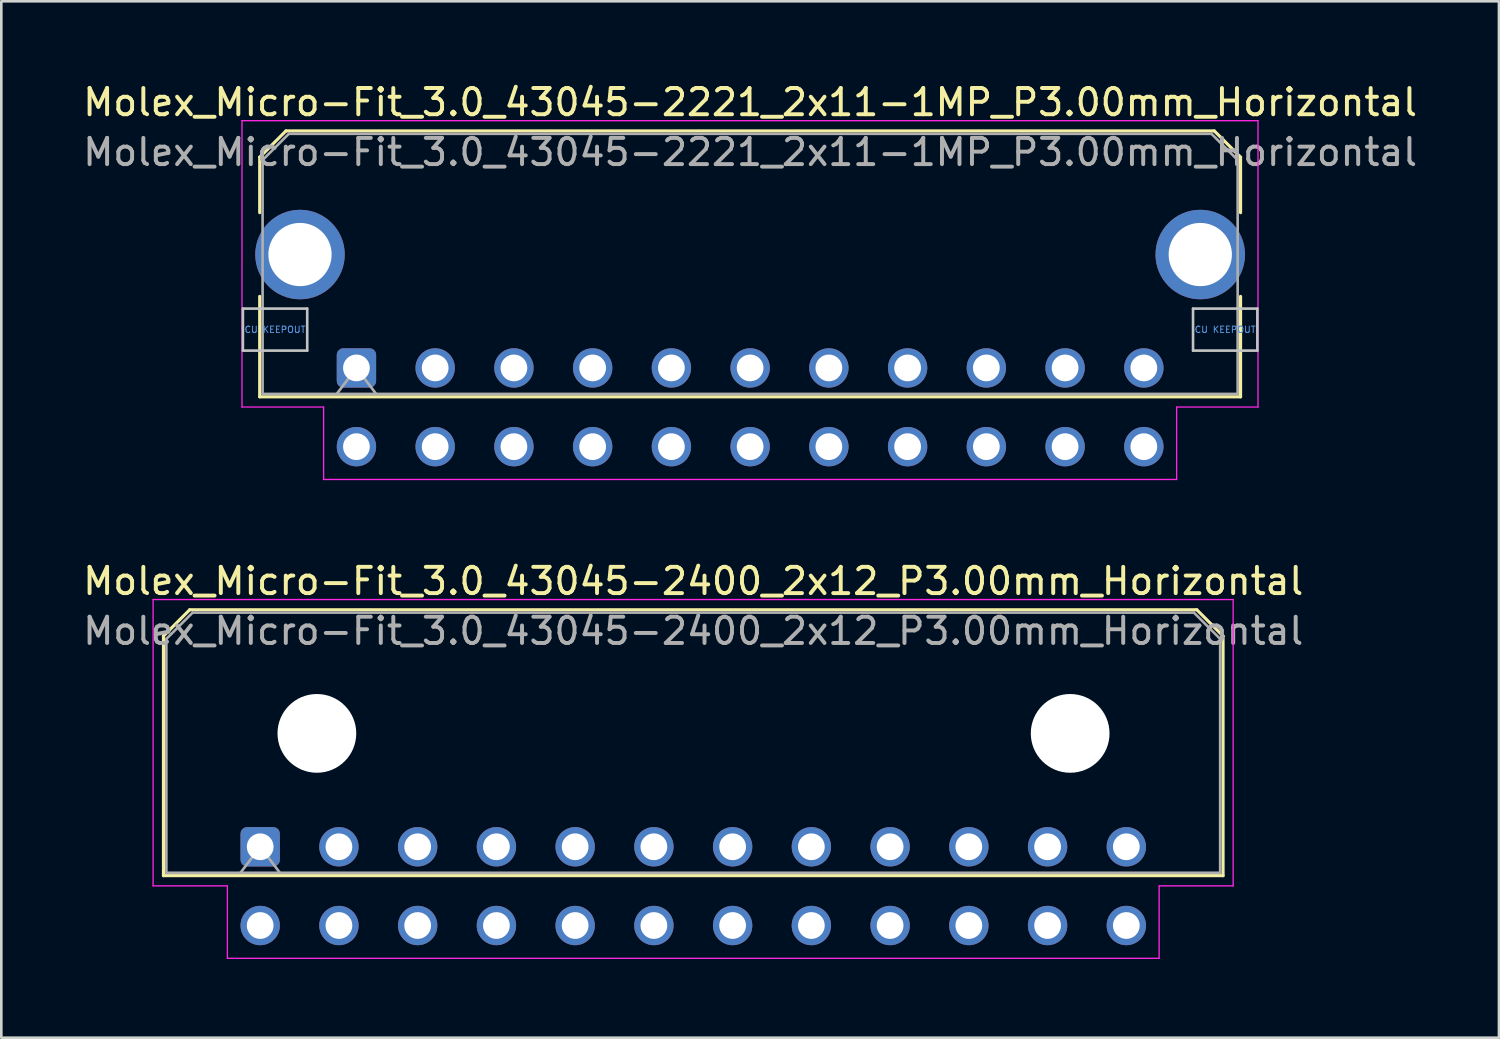
<source format=kicad_pcb>
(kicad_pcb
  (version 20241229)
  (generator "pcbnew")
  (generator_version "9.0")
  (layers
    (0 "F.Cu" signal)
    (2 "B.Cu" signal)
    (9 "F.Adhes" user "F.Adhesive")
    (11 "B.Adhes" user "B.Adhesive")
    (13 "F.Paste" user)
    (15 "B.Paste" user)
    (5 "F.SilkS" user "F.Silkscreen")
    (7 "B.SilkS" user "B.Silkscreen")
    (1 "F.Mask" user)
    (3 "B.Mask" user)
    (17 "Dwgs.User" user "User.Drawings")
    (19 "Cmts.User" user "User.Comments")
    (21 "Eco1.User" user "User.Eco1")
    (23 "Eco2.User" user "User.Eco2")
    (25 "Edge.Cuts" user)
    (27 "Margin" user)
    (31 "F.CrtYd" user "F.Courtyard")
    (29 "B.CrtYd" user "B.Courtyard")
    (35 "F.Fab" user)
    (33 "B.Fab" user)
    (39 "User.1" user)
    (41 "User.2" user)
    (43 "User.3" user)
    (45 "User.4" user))
  (footprint "Molex_Micro-Fit_3.0_43045-2400_2x12_P3.00mm_Horizontal"
    (layer "F.Cu")
    (at 6.863 29.212)
    (property "Reference" "Molex_Micro-Fit_3.0_43045-2400_2x12_P3.00mm_Horizontal" (at 16.5 -10.12 0) (layer "F.SilkS") (effects (font (size 1 1) (thickness 0.15))))
    (attr through_hole)
    (fp_line (start -3.685 -8.03) (end -2.685 -9.03) (stroke (width 0.12) (type solid)) (layer "F.SilkS"))
    (fp_line (start -3.685 1.1) (end -3.685 -8.03) (stroke (width 0.12) (type solid)) (layer "F.SilkS"))
    (fp_line (start -2.685 -9.03) (end 35.685 -9.03) (stroke (width 0.12) (type solid)) (layer "F.SilkS"))
    (fp_line (start 35.685 -9.03) (end 36.685 -8.03) (stroke (width 0.12) (type solid)) (layer "F.SilkS"))
    (fp_line (start 36.685 -8.03) (end 36.685 1.1) (stroke (width 0.12) (type solid)) (layer "F.SilkS"))
    (fp_line (start 36.685 1.1) (end -3.685 1.1) (stroke (width 0.12) (type solid)) (layer "F.SilkS"))
    (fp_line (start -4.08 -9.42) (end 37.07 -9.42) (stroke (width 0.05) (type solid)) (layer "F.CrtYd"))
    (fp_line (start -4.08 1.49) (end -4.08 -9.42) (stroke (width 0.05) (type solid)) (layer "F.CrtYd"))
    (fp_line (start -1.25 1.49) (end -4.08 1.49) (stroke (width 0.05) (type solid)) (layer "F.CrtYd"))
    (fp_line (start -1.25 4.25) (end -1.25 1.49) (stroke (width 0.05) (type solid)) (layer "F.CrtYd"))
    (fp_line (start 34.25 1.49) (end 34.25 4.25) (stroke (width 0.05) (type solid)) (layer "F.CrtYd"))
    (fp_line (start 34.25 4.25) (end -1.25 4.25) (stroke (width 0.05) (type solid)) (layer "F.CrtYd"))
    (fp_line (start 37.07 -9.42) (end 37.07 1.49) (stroke (width 0.05) (type solid)) (layer "F.CrtYd"))
    (fp_line (start 37.07 1.49) (end 34.25 1.49) (stroke (width 0.05) (type solid)) (layer "F.CrtYd"))
    (fp_line (start -3.575 -7.92) (end -2.575 -8.92) (stroke (width 0.1) (type solid)) (layer "F.Fab"))
    (fp_line (start -3.575 0.99) (end -3.575 -7.92) (stroke (width 0.1) (type solid)) (layer "F.Fab"))
    (fp_line (start -2.575 -8.92) (end 35.575 -8.92) (stroke (width 0.1) (type solid)) (layer "F.Fab"))
    (fp_line (start -0.75 0.99) (end 0 0) (stroke (width 0.1) (type solid)) (layer "F.Fab"))
    (fp_line (start 0 0) (end 0.75 0.99) (stroke (width 0.1) (type solid)) (layer "F.Fab"))
    (fp_line (start 35.575 -8.92) (end 36.575 -7.92) (stroke (width 0.1) (type solid)) (layer "F.Fab"))
    (fp_line (start 36.575 -7.92) (end 36.575 0.99) (stroke (width 0.1) (type solid)) (layer "F.Fab"))
    (fp_line (start 36.575 0.99) (end -3.575 0.99) (stroke (width 0.1) (type solid)) (layer "F.Fab"))
    (fp_text user "${REFERENCE}" (at 16.5 -8.22 0) (layer "F.Fab") (effects (font (size 1 1) (thickness 0.15))))
    (pad "" np_thru_hole circle (at 2.16 -4.32) (size 3 3) (drill 3) (layers "*.Cu" "*.Mask"))
    (pad "" np_thru_hole circle (at 30.86 -4.32) (size 3 3) (drill 3) (layers "*.Cu" "*.Mask"))
    (pad "1" thru_hole roundrect (at 0 0) (size 1.5 1.5) (drill 1.02) (layers "*.Cu" "*.Mask") (roundrect_rratio 0.167))
    (pad "2" thru_hole circle (at 3 0) (size 1.5 1.5) (drill 1.02) (layers "*.Cu" "*.Mask"))
    (pad "3" thru_hole circle (at 6 0) (size 1.5 1.5) (drill 1.02) (layers "*.Cu" "*.Mask"))
    (pad "4" thru_hole circle (at 9 0) (size 1.5 1.5) (drill 1.02) (layers "*.Cu" "*.Mask"))
    (pad "5" thru_hole circle (at 12 0) (size 1.5 1.5) (drill 1.02) (layers "*.Cu" "*.Mask"))
    (pad "6" thru_hole circle (at 15 0) (size 1.5 1.5) (drill 1.02) (layers "*.Cu" "*.Mask"))
    (pad "7" thru_hole circle (at 18 0) (size 1.5 1.5) (drill 1.02) (layers "*.Cu" "*.Mask"))
    (pad "8" thru_hole circle (at 21 0) (size 1.5 1.5) (drill 1.02) (layers "*.Cu" "*.Mask"))
    (pad "9" thru_hole circle (at 24 0) (size 1.5 1.5) (drill 1.02) (layers "*.Cu" "*.Mask"))
    (pad "10" thru_hole circle (at 27 0) (size 1.5 1.5) (drill 1.02) (layers "*.Cu" "*.Mask"))
    (pad "11" thru_hole circle (at 30 0) (size 1.5 1.5) (drill 1.02) (layers "*.Cu" "*.Mask"))
    (pad "12" thru_hole circle (at 33 0) (size 1.5 1.5) (drill 1.02) (layers "*.Cu" "*.Mask"))
    (pad "13" thru_hole circle (at 0 3) (size 1.5 1.5) (drill 1.02) (layers "*.Cu" "*.Mask"))
    (pad "14" thru_hole circle (at 3 3) (size 1.5 1.5) (drill 1.02) (layers "*.Cu" "*.Mask"))
    (pad "15" thru_hole circle (at 6 3) (size 1.5 1.5) (drill 1.02) (layers "*.Cu" "*.Mask"))
    (pad "16" thru_hole circle (at 9 3) (size 1.5 1.5) (drill 1.02) (layers "*.Cu" "*.Mask"))
    (pad "17" thru_hole circle (at 12 3) (size 1.5 1.5) (drill 1.02) (layers "*.Cu" "*.Mask"))
    (pad "18" thru_hole circle (at 15 3) (size 1.5 1.5) (drill 1.02) (layers "*.Cu" "*.Mask"))
    (pad "19" thru_hole circle (at 18 3) (size 1.5 1.5) (drill 1.02) (layers "*.Cu" "*.Mask"))
    (pad "20" thru_hole circle (at 21 3) (size 1.5 1.5) (drill 1.02) (layers "*.Cu" "*.Mask"))
    (pad "21" thru_hole circle (at 24 3) (size 1.5 1.5) (drill 1.02) (layers "*.Cu" "*.Mask"))
    (pad "22" thru_hole circle (at 27 3) (size 1.5 1.5) (drill 1.02) (layers "*.Cu" "*.Mask"))
    (pad "23" thru_hole circle (at 30 3) (size 1.5 1.5) (drill 1.02) (layers "*.Cu" "*.Mask"))
    (pad "24" thru_hole circle (at 33 3) (size 1.5 1.5) (drill 1.02) (layers "*.Cu" "*.Mask")))
  (footprint "Molex_Micro-Fit_3.0_43045-2221_2x11-1MP_P3.00mm_Horizontal"
    (layer "F.Cu")
    (at 10.53 10.968)
    (property "Reference" "Molex_Micro-Fit_3.0_43045-2221_2x11-1MP_P3.00mm_Horizontal" (at 15 -10.12 0) (layer "F.SilkS") (effects (font (size 1 1) (thickness 0.15))))
    (attr through_hole)
    (fp_line (start -3.685 -8.03) (end -2.685 -9.03) (stroke (width 0.12) (type solid)) (layer "F.SilkS"))
    (fp_line (start -3.685 -5.915) (end -3.685 -8.03) (stroke (width 0.12) (type solid)) (layer "F.SilkS"))
    (fp_line (start -3.685 -2.725) (end -3.685 1.1) (stroke (width 0.12) (type solid)) (layer "F.SilkS"))
    (fp_line (start -3.685 1.1) (end 33.685 1.1) (stroke (width 0.12) (type solid)) (layer "F.SilkS"))
    (fp_line (start -2.685 -9.03) (end 32.685 -9.03) (stroke (width 0.12) (type solid)) (layer "F.SilkS"))
    (fp_line (start 32.685 -9.03) (end 33.685 -8.03) (stroke (width 0.12) (type solid)) (layer "F.SilkS"))
    (fp_line (start 33.685 -8.03) (end 33.685 -5.915) (stroke (width 0.12) (type solid)) (layer "F.SilkS"))
    (fp_line (start 33.685 1.1) (end 33.685 -2.725) (stroke (width 0.12) (type solid)) (layer "F.SilkS"))
    (fp_line (start -4.325 -2.26) (end -4.325 -0.66) (stroke (width 0.1) (type solid)) (layer "Dwgs.User"))
    (fp_line (start -4.325 -0.66) (end -1.875 -0.66) (stroke (width 0.1) (type solid)) (layer "Dwgs.User"))
    (fp_line (start -1.875 -2.26) (end -4.325 -2.26) (stroke (width 0.1) (type solid)) (layer "Dwgs.User"))
    (fp_line (start -1.875 -0.66) (end -1.875 -2.26) (stroke (width 0.1) (type solid)) (layer "Dwgs.User"))
    (fp_line (start 31.875 -2.26) (end 31.875 -0.66) (stroke (width 0.1) (type solid)) (layer "Dwgs.User"))
    (fp_line (start 31.875 -0.66) (end 34.325 -0.66) (stroke (width 0.1) (type solid)) (layer "Dwgs.User"))
    (fp_line (start 34.325 -2.26) (end 31.875 -2.26) (stroke (width 0.1) (type solid)) (layer "Dwgs.User"))
    (fp_line (start 34.325 -0.66) (end 34.325 -2.26) (stroke (width 0.1) (type solid)) (layer "Dwgs.User"))
    (fp_line (start -4.36 -9.42) (end 34.35 -9.42) (stroke (width 0.05) (type solid)) (layer "F.CrtYd"))
    (fp_line (start -4.36 1.49) (end -4.36 -9.42) (stroke (width 0.05) (type solid)) (layer "F.CrtYd"))
    (fp_line (start -1.25 1.49) (end -4.36 1.49) (stroke (width 0.05) (type solid)) (layer "F.CrtYd"))
    (fp_line (start -1.25 4.25) (end -1.25 1.49) (stroke (width 0.05) (type solid)) (layer "F.CrtYd"))
    (fp_line (start 31.25 1.49) (end 31.25 4.25) (stroke (width 0.05) (type solid)) (layer "F.CrtYd"))
    (fp_line (start 31.25 4.25) (end -1.25 4.25) (stroke (width 0.05) (type solid)) (layer "F.CrtYd"))
    (fp_line (start 34.35 -9.42) (end 34.35 1.49) (stroke (width 0.05) (type solid)) (layer "F.CrtYd"))
    (fp_line (start 34.35 1.49) (end 31.25 1.49) (stroke (width 0.05) (type solid)) (layer "F.CrtYd"))
    (fp_line (start -3.575 -7.92) (end -2.575 -8.92) (stroke (width 0.1) (type solid)) (layer "F.Fab"))
    (fp_line (start -3.575 0.99) (end -3.575 -7.92) (stroke (width 0.1) (type solid)) (layer "F.Fab"))
    (fp_line (start -2.575 -8.92) (end 32.575 -8.92) (stroke (width 0.1) (type solid)) (layer "F.Fab"))
    (fp_line (start -0.75 0.99) (end 0 0) (stroke (width 0.1) (type solid)) (layer "F.Fab"))
    (fp_line (start 0 0) (end 0.75 0.99) (stroke (width 0.1) (type solid)) (layer "F.Fab"))
    (fp_line (start 32.575 -8.92) (end 33.575 -7.92) (stroke (width 0.1) (type solid)) (layer "F.Fab"))
    (fp_line (start 33.575 -7.92) (end 33.575 0.99) (stroke (width 0.1) (type solid)) (layer "F.Fab"))
    (fp_line (start 33.575 0.99) (end -3.575 0.99) (stroke (width 0.1) (type solid)) (layer "F.Fab"))
    (fp_text user "CU KEEPOUT" (at 33.1 -1.46 0) (layer "Cmts.User") (effects (font (size 0.245 0.245) (thickness 0.037))))
    (fp_text user "CU KEEPOUT" (at -3.1 -1.46 0) (layer "Cmts.User") (effects (font (size 0.245 0.245) (thickness 0.037))))
    (fp_text user "${REFERENCE}" (at 15 -8.22 0) (layer "F.Fab") (effects (font (size 1 1) (thickness 0.15))))
    (pad "1" thru_hole roundrect (at 0 0) (size 1.5 1.5) (drill 1.02) (layers "*.Cu" "*.Mask") (roundrect_rratio 0.167))
    (pad "2" thru_hole circle (at 3 0) (size 1.5 1.5) (drill 1.02) (layers "*.Cu" "*.Mask"))
    (pad "3" thru_hole circle (at 6 0) (size 1.5 1.5) (drill 1.02) (layers "*.Cu" "*.Mask"))
    (pad "4" thru_hole circle (at 9 0) (size 1.5 1.5) (drill 1.02) (layers "*.Cu" "*.Mask"))
    (pad "5" thru_hole circle (at 12 0) (size 1.5 1.5) (drill 1.02) (layers "*.Cu" "*.Mask"))
    (pad "6" thru_hole circle (at 15 0) (size 1.5 1.5) (drill 1.02) (layers "*.Cu" "*.Mask"))
    (pad "7" thru_hole circle (at 18 0) (size 1.5 1.5) (drill 1.02) (layers "*.Cu" "*.Mask"))
    (pad "8" thru_hole circle (at 21 0) (size 1.5 1.5) (drill 1.02) (layers "*.Cu" "*.Mask"))
    (pad "9" thru_hole circle (at 24 0) (size 1.5 1.5) (drill 1.02) (layers "*.Cu" "*.Mask"))
    (pad "10" thru_hole circle (at 27 0) (size 1.5 1.5) (drill 1.02) (layers "*.Cu" "*.Mask"))
    (pad "11" thru_hole circle (at 30 0) (size 1.5 1.5) (drill 1.02) (layers "*.Cu" "*.Mask"))
    (pad "12" thru_hole circle (at 0 3) (size 1.5 1.5) (drill 1.02) (layers "*.Cu" "*.Mask"))
    (pad "13" thru_hole circle (at 3 3) (size 1.5 1.5) (drill 1.02) (layers "*.Cu" "*.Mask"))
    (pad "14" thru_hole circle (at 6 3) (size 1.5 1.5) (drill 1.02) (layers "*.Cu" "*.Mask"))
    (pad "15" thru_hole circle (at 9 3) (size 1.5 1.5) (drill 1.02) (layers "*.Cu" "*.Mask"))
    (pad "16" thru_hole circle (at 12 3) (size 1.5 1.5) (drill 1.02) (layers "*.Cu" "*.Mask"))
    (pad "17" thru_hole circle (at 15 3) (size 1.5 1.5) (drill 1.02) (layers "*.Cu" "*.Mask"))
    (pad "18" thru_hole circle (at 18 3) (size 1.5 1.5) (drill 1.02) (layers "*.Cu" "*.Mask"))
    (pad "19" thru_hole circle (at 21 3) (size 1.5 1.5) (drill 1.02) (layers "*.Cu" "*.Mask"))
    (pad "20" thru_hole circle (at 24 3) (size 1.5 1.5) (drill 1.02) (layers "*.Cu" "*.Mask"))
    (pad "21" thru_hole circle (at 27 3) (size 1.5 1.5) (drill 1.02) (layers "*.Cu" "*.Mask"))
    (pad "22" thru_hole circle (at 30 3) (size 1.5 1.5) (drill 1.02) (layers "*.Cu" "*.Mask"))
    (pad "MP" thru_hole circle (at -2.15 -4.32) (size 3.41 3.41) (drill 2.41) (layers "*.Cu" "*.Mask"))
    (pad "MP" thru_hole circle (at 32.15 -4.32) (size 3.41 3.41) (drill 2.41) (layers "*.Cu" "*.Mask")))
  (gr_rect
    (start -3 -3)
    (end 54.06 36.486)
    (stroke (width 0.1) (type default))
    (fill no)
    (layer "Edge.Cuts")))
</source>
